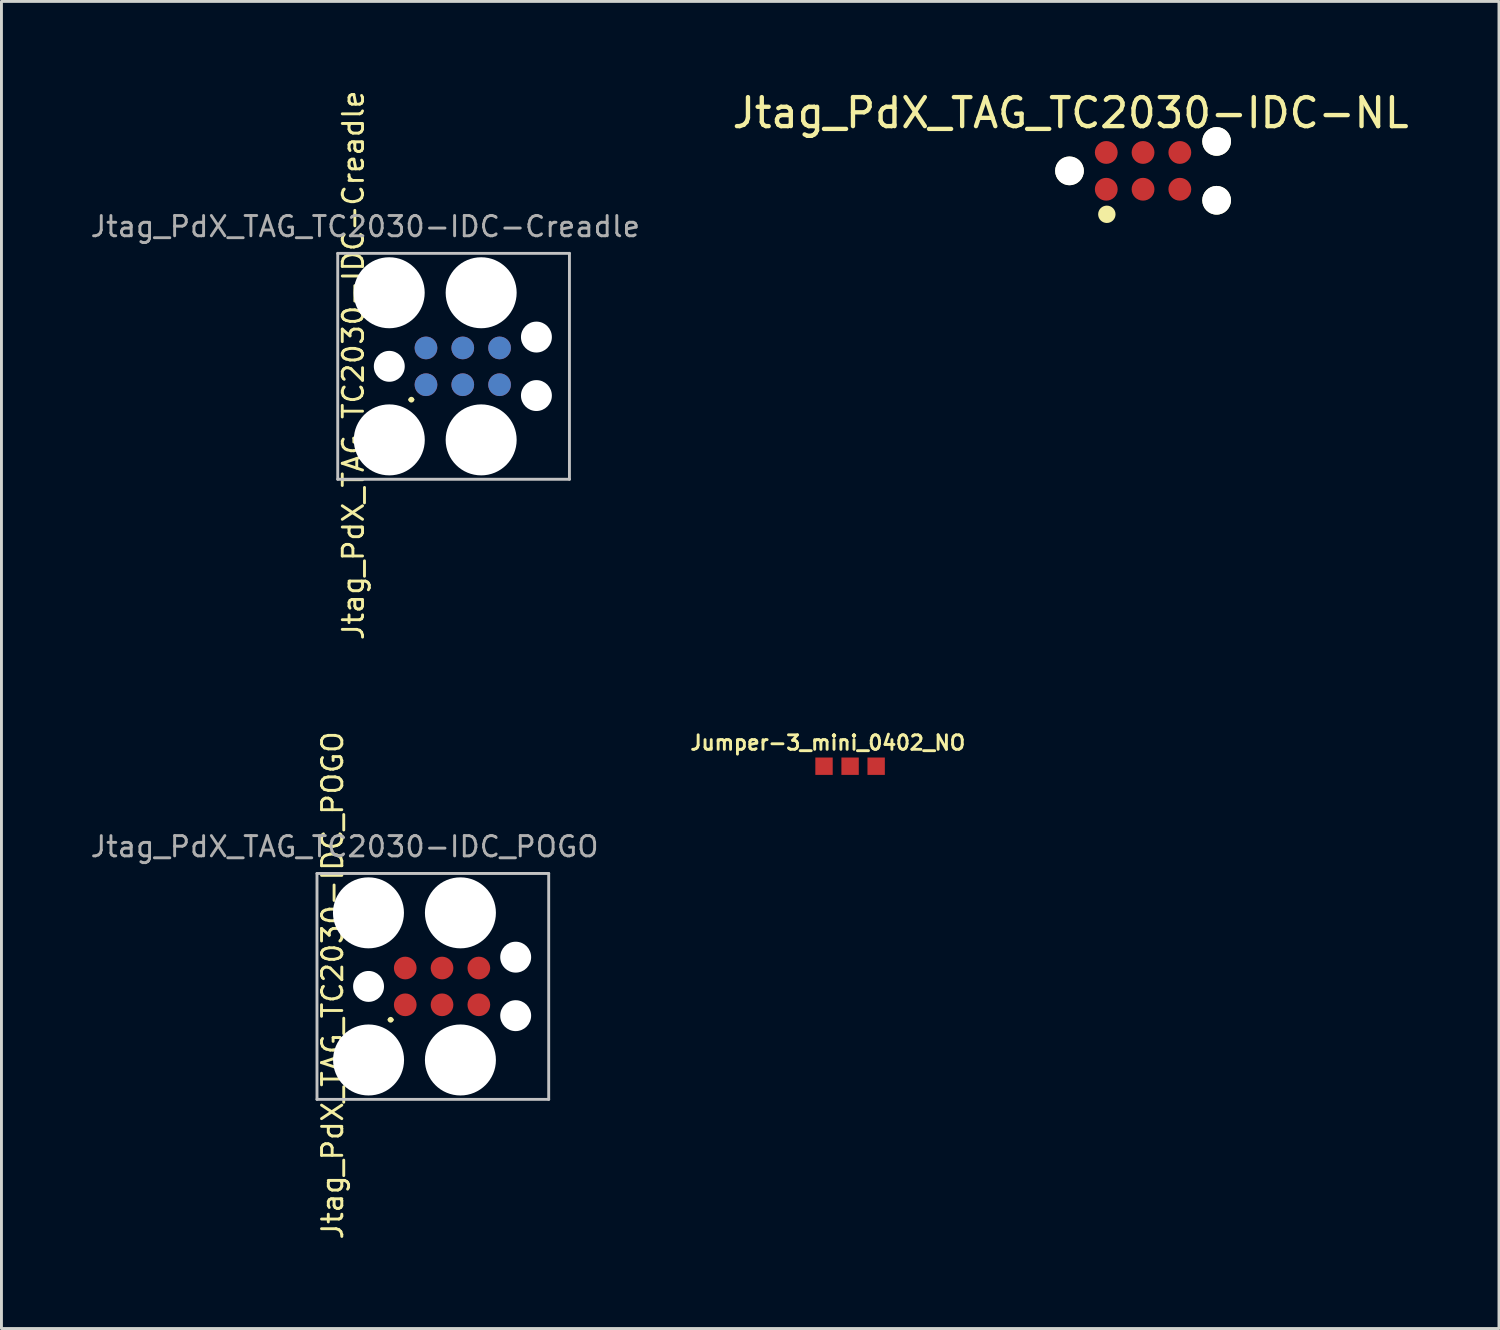
<source format=kicad_pcb>
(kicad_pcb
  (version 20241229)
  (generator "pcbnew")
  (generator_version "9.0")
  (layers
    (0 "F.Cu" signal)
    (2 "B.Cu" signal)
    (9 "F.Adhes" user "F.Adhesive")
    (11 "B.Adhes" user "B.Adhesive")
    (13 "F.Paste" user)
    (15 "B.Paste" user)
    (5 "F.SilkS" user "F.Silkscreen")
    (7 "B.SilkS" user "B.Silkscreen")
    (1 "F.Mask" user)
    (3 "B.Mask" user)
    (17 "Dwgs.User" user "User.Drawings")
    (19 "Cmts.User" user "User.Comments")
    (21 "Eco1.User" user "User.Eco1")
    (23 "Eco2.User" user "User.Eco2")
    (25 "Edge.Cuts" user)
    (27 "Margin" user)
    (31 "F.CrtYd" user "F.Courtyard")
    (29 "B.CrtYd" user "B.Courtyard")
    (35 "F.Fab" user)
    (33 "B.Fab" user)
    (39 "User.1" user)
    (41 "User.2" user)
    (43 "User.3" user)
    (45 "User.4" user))
  (footprint "Jtag_PdX_TAG_TC2030-IDC_POGO"
    (layer "F.Cu")
    (at 11.895 31.008)
    (property "Reference" "Jtag_PdX_TAG_TC2030-IDC_POGO" (at -3.462 -0.035 90) (layer "F.SilkS") (effects (font (size 0.7 0.7) (thickness 0.1))))
    (attr through_hole)
    (fp_line (start -1.508 1.152) (end -1.508 1.152) (stroke (width 0.1) (type solid)) (layer "F.SilkS"))
    (fp_line (start -1.408 1.152) (end -1.408 1.152) (stroke (width 0.1) (type solid)) (layer "F.SilkS"))
    (fp_arc (start -1.508 1.152) (mid -1.458 1.102) (end -1.408 1.152) (stroke (width 0.1) (type solid)) (layer "F.SilkS"))
    (fp_arc (start -1.408 1.152) (mid -1.458 1.202) (end -1.508 1.152) (stroke (width 0.1) (type solid)) (layer "F.SilkS"))
    (fp_line (start -4 -3.9) (end 4 -3.9) (stroke (width 0.1) (type solid)) (layer "Dwgs.User"))
    (fp_line (start -4 3.9) (end -4 -3.9) (stroke (width 0.1) (type solid)) (layer "Dwgs.User"))
    (fp_line (start 4 -3.9) (end 4 3.9) (stroke (width 0.1) (type solid)) (layer "Dwgs.User"))
    (fp_line (start 4 3.9) (end -4 3.9) (stroke (width 0.1) (type solid)) (layer "Dwgs.User"))
    (fp_text user "${REFERENCE}" (at -3.048 -4.826 0) (layer "F.Fab") (effects (font (size 0.7 0.7) (thickness 0.1))))
    (pad "" np_thru_hole circle (at -2.223 -2.54) (size 2.451 2.451) (drill 2.451) (layers "*.Cu" "*.Mask"))
    (pad "" np_thru_hole circle (at -2.22 0) (size 1.067 1.067) (drill 1.067) (layers "*.Cu" "*.Mask"))
    (pad "" np_thru_hole circle (at -2.22 2.54) (size 2.451 2.451) (drill 2.451) (layers "*.Cu" "*.Mask"))
    (pad "" np_thru_hole circle (at 0.952 -2.54) (size 2.451 2.451) (drill 2.451) (layers "*.Cu" "*.Mask"))
    (pad "" np_thru_hole circle (at 0.952 2.54) (size 2.451 2.451) (drill 2.451) (layers "*.Cu" "*.Mask"))
    (pad "" np_thru_hole circle (at 2.86 -1.01) (size 1.067 1.067) (drill 1.067) (layers "*.Cu" "*.Mask"))
    (pad "" np_thru_hole circle (at 2.86 1.01) (size 1.067 1.067) (drill 1.067) (layers "*.Cu" "*.Mask"))
    (pad "1" smd circle (at -0.953 0.635 90) (size 0.783 0.783) (layers "F.Cu" "F.Mask"))
    (pad "2" smd circle (at -0.953 -0.635 90) (size 0.783 0.783) (layers "F.Cu" "F.Mask"))
    (pad "3" smd circle (at 0.317 0.635 90) (size 0.783 0.783) (layers "F.Cu" "F.Mask"))
    (pad "4" smd circle (at 0.317 -0.635 90) (size 0.783 0.783) (layers "F.Cu" "F.Mask"))
    (pad "5" smd circle (at 1.588 0.635 90) (size 0.783 0.783) (layers "F.Cu" "F.Mask"))
    (pad "6" smd circle (at 1.588 -0.635 90) (size 0.783 0.783) (layers "F.Cu" "F.Mask")))
  (footprint "Jumper-3_mini_0402_NO"
    (layer "F.Cu")
    (at 26.301 23.405)
    (property "Reference" "Jumper-3_mini_0402_NO" (at -0.77 -0.81 0) (layer "F.SilkS") (effects (font (size 0.5 0.5) (thickness 0.1))))
    (attr exclude_from_pos_files exclude_from_bom)
    (pad "1" smd rect (at -0.9 0) (size 0.6 0.6) (layers "F.Cu" "F.Mask"))
    (pad "2" smd rect (at 0 0) (size 0.6 0.6) (layers "F.Cu" "F.Mask"))
    (pad "3" smd rect (at 0.9 0) (size 0.6 0.6) (layers "F.Cu" "F.Mask")))
  (footprint "Jtag_PdX_TAG_TC2030-IDC-Creadle"
    (layer "F.Cu")
    (at 12.611 9.598)
    (property "Reference" "Jtag_PdX_TAG_TC2030-IDC-Creadle" (at -3.462 -0.035 90) (layer "F.SilkS") (effects (font (size 0.7 0.7) (thickness 0.1))))
    (attr through_hole)
    (fp_line (start -1.508 1.152) (end -1.508 1.152) (stroke (width 0.1) (type solid)) (layer "F.SilkS"))
    (fp_line (start -1.408 1.152) (end -1.408 1.152) (stroke (width 0.1) (type solid)) (layer "F.SilkS"))
    (fp_arc (start -1.508 1.152) (mid -1.458 1.102) (end -1.408 1.152) (stroke (width 0.1) (type solid)) (layer "F.SilkS"))
    (fp_arc (start -1.408 1.152) (mid -1.458 1.202) (end -1.508 1.152) (stroke (width 0.1) (type solid)) (layer "F.SilkS"))
    (fp_line (start -4 -3.9) (end 4 -3.9) (stroke (width 0.1) (type solid)) (layer "Dwgs.User"))
    (fp_line (start -4 3.9) (end -4 -3.9) (stroke (width 0.1) (type solid)) (layer "Dwgs.User"))
    (fp_line (start 4 -3.9) (end 4 3.9) (stroke (width 0.1) (type solid)) (layer "Dwgs.User"))
    (fp_line (start 4 3.9) (end -4 3.9) (stroke (width 0.1) (type solid)) (layer "Dwgs.User"))
    (fp_text user "${REFERENCE}" (at -3.048 -4.826 0) (layer "F.Fab") (effects (font (size 0.7 0.7) (thickness 0.1))))
    (pad "" np_thru_hole circle (at -2.223 -2.54) (size 2.451 2.451) (drill 2.451) (layers "*.Cu" "*.Mask"))
    (pad "" np_thru_hole circle (at -2.22 0) (size 1.067 1.067) (drill 1.067) (layers "*.Cu" "*.Mask"))
    (pad "" np_thru_hole circle (at -2.22 2.54) (size 2.451 2.451) (drill 2.451) (layers "*.Cu" "*.Mask"))
    (pad "" np_thru_hole circle (at 0.952 -2.54) (size 2.451 2.451) (drill 2.451) (layers "*.Cu" "*.Mask"))
    (pad "" np_thru_hole circle (at 0.952 2.54) (size 2.451 2.451) (drill 2.451) (layers "*.Cu" "*.Mask"))
    (pad "" np_thru_hole circle (at 2.86 -1.01) (size 1.067 1.067) (drill 1.067) (layers "*.Cu" "*.Mask"))
    (pad "" np_thru_hole circle (at 2.86 1.01) (size 1.067 1.067) (drill 1.067) (layers "*.Cu" "*.Mask"))
    (pad "1" smd circle (at -0.953 0.635 90) (size 0.783 0.783) (layers "F.Cu" "F.Mask"))
    (pad "1" smd circle (at -0.953 0.635 90) (size 0.783 0.783) (layers "B.Cu" "B.Mask"))
    (pad "2" smd circle (at -0.953 -0.635 90) (size 0.783 0.783) (layers "F.Cu" "F.Mask"))
    (pad "2" smd circle (at -0.953 -0.635 90) (size 0.783 0.783) (layers "B.Cu" "B.Mask"))
    (pad "3" smd circle (at 0.317 0.635 90) (size 0.783 0.783) (layers "F.Cu" "F.Mask"))
    (pad "3" smd circle (at 0.317 0.635 90) (size 0.783 0.783) (layers "B.Cu" "B.Mask"))
    (pad "4" smd circle (at 0.317 -0.635 90) (size 0.783 0.783) (layers "F.Cu" "F.Mask"))
    (pad "4" smd circle (at 0.317 -0.635 90) (size 0.783 0.783) (layers "B.Cu" "B.Mask"))
    (pad "5" smd circle (at 1.588 0.635 90) (size 0.783 0.783) (layers "F.Cu" "F.Mask"))
    (pad "5" smd circle (at 1.588 0.635 90) (size 0.783 0.783) (layers "B.Cu" "B.Mask"))
    (pad "6" smd circle (at 1.588 -0.635 90) (size 0.783 0.783) (layers "F.Cu" "F.Mask"))
    (pad "6" smd circle (at 1.588 -0.635 90) (size 0.783 0.783) (layers "B.Cu" "B.Mask")))
  (footprint "Jtag_PdX_TAG_TC2030-IDC-NL"
    (layer "F.Cu")
    (at 36.416 2.849)
    (property "Reference" "Jtag_PdX_TAG_TC2030-IDC-NL" (at -2.5 -2 0) (layer "F.SilkS") (effects (font (size 1.002 1.002) (thickness 0.15))))
    (attr smd)
    (fp_circle (center -1.25 1.5) (end -1.1 1.5) (stroke (width 0.3) (type solid)) (fill no) (layer "F.SilkS"))
    (pad "" np_thru_hole circle (at -2.54 0) (size 0.991 0.991) (drill 0.991) (layers "*.Cu" "*.Mask" "F.SilkS"))
    (pad "" np_thru_hole circle (at 2.54 -1.016) (size 0.991 0.991) (drill 0.991) (layers "*.Cu" "*.Mask" "F.SilkS"))
    (pad "" np_thru_hole circle (at 2.54 1.016) (size 0.991 0.991) (drill 0.991) (layers "*.Cu" "*.Mask" "F.SilkS"))
    (pad "1" smd circle (at -1.27 0.635) (size 0.787 0.787) (layers "F.Cu" "F.Mask" "F.Paste"))
    (pad "2" smd circle (at -1.27 -0.635) (size 0.787 0.787) (layers "F.Cu" "F.Mask" "F.Paste"))
    (pad "3" smd circle (at 0 0.635) (size 0.787 0.787) (layers "F.Cu" "F.Mask" "F.Paste"))
    (pad "4" smd circle (at 0 -0.635) (size 0.787 0.787) (layers "F.Cu" "F.Mask" "F.Paste"))
    (pad "5" smd circle (at 1.27 0.635) (size 0.787 0.787) (layers "F.Cu" "F.Mask" "F.Paste"))
    (pad "6" smd circle (at 1.27 -0.635) (size 0.787 0.787) (layers "F.Cu" "F.Mask" "F.Paste")))
  (gr_rect
    (start -3 -3)
    (end 48.705 42.82)
    (stroke (width 0.1) (type default))
    (fill no)
    (layer "Edge.Cuts")))
</source>
